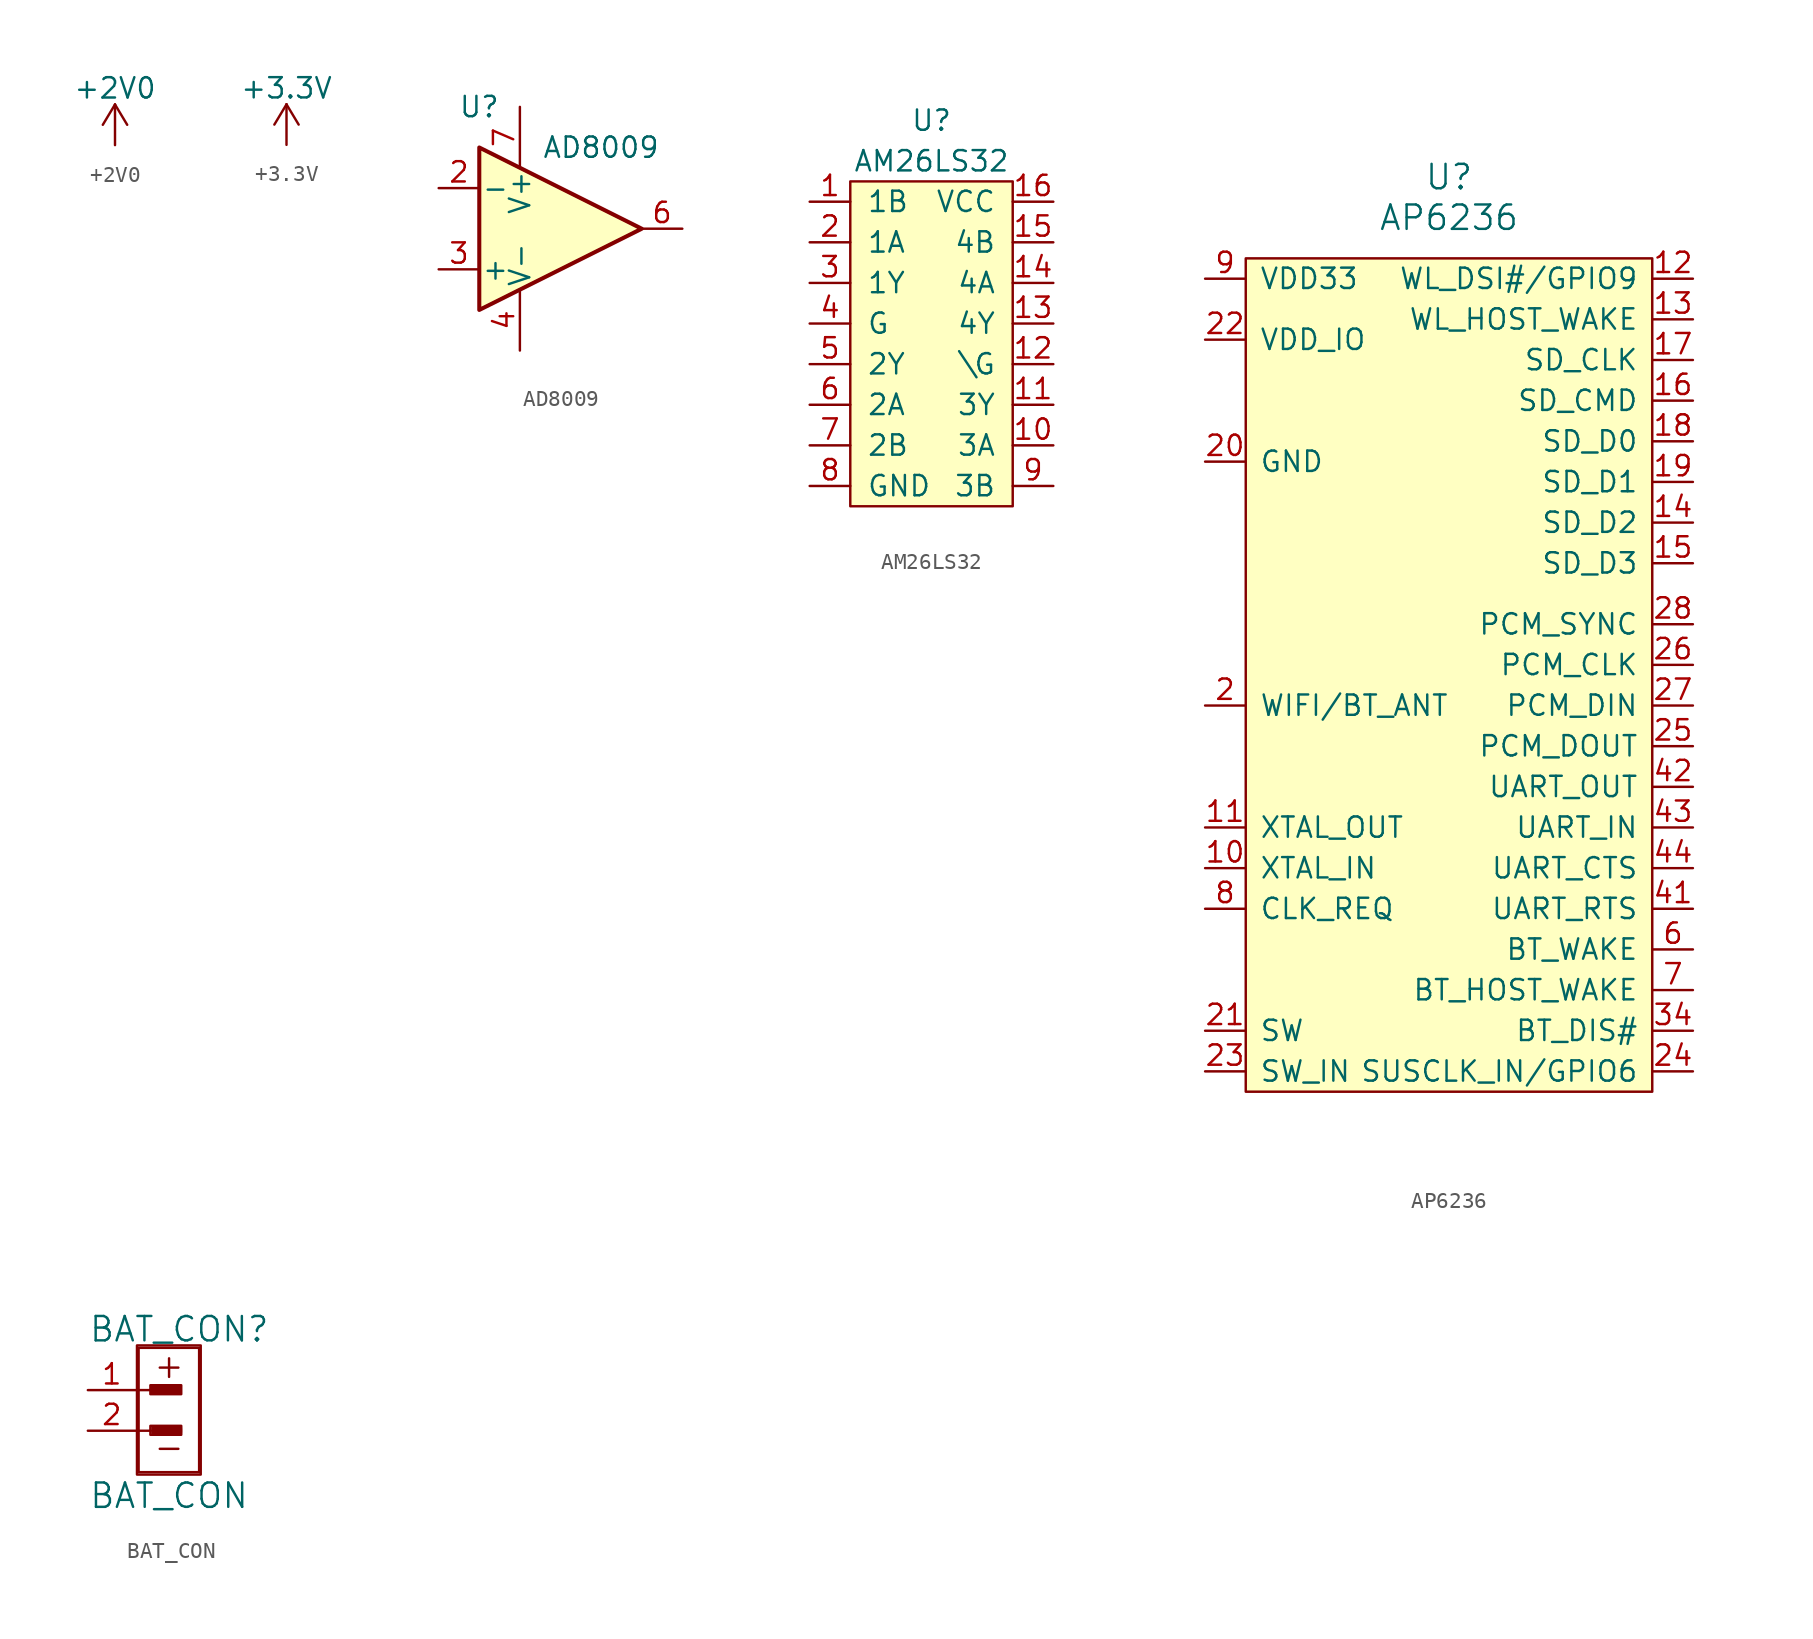
<source format=kicad_sym>
(kicad_symbol_lib
  (version 20211014)
  (generator kicad_symbol_editor)
  (symbol "+2V0"
    (power)
    (pin_names
      (offset 0))
    (property "Reference" "#PWR"
      (at 0 -3.81 0)
      (effects (font (size 1.27 1.27)) hide))
    (property "Value" "+2V0"
      (at 0 3.556 0)
      (effects (font (size 1.27 1.27))))
    (symbol "+2V0_0_1"
      (polyline (pts (xy -0.762 1.27) (xy 0 2.54)) (stroke (width 0) (type default) (color 0 0 0 0)) (fill (type none)))
      (polyline (pts (xy 0 0) (xy 0 2.54)) (stroke (width 0) (type default) (color 0 0 0 0)) (fill (type none)))
      (polyline (pts (xy 0 2.54) (xy 0.762 1.27)) (stroke (width 0) (type default) (color 0 0 0 0)) (fill (type none))))
    (symbol "+2V0_1_1"
      (pin power_in line (at 0 0 90) (length 0) hide (name "+2V5" (effects (font (size 1.27 1.27)))) (number "1" (effects (font (size 1.27 1.27)))))))
  (symbol "+3.3V"
    (power)
    (pin_names
      (offset 0))
    (property "Reference" "#PWR"
      (at 0 -3.81 0)
      (effects (font (size 1.27 1.27)) hide))
    (property "Value" "+3.3V"
      (at 0 3.556 0)
      (effects (font (size 1.27 1.27))))
    (property "Footprint" ""
      (at 0 0 0)
      (effects (font (size 1.524 1.524))))
    (property "Datasheet" ""
      (at 0 0 0)
      (effects (font (size 1.524 1.524))))
    (symbol "+3.3V_0_1"
      (polyline (pts (xy -0.762 1.27) (xy 0 2.54)) (stroke (width 0) (type default) (color 0 0 0 0)) (fill (type none)))
      (polyline (pts (xy 0 0) (xy 0 2.54)) (stroke (width 0) (type default) (color 0 0 0 0)) (fill (type none)))
      (polyline (pts (xy 0 2.54) (xy 0.762 1.27)) (stroke (width 0) (type default) (color 0 0 0 0)) (fill (type none))))
    (symbol "+3.3V_1_1"
      (pin power_in line (at 0 0 90) (length 0) hide (name "+3V3" (effects (font (size 1.27 1.27)))) (number "1" (effects (font (size 1.27 1.27)))))))
  (symbol "AD8009"
    (pin_names
      (offset 0.127))
    (property "Reference" "U"
      (at -5.08 7.62 0)
      (effects (font (size 1.27 1.27))))
    (property "Value" "AD8009"
      (at 2.54 5.08 0)
      (effects (font (size 1.27 1.27))))
    (symbol "AD8009_0_1"
      (polyline (pts (xy -5.08 5.08) (xy 5.08 0) (xy -5.08 -5.08) (xy -5.08 5.08)) (stroke (width 0.254) (type default) (color 0 0 0 0)) (fill (type background))))
    (symbol "AD8009_1_1"
      (pin input line (at -7.62 2.54 0) (length 2.54) (name "-" (effects (font (size 1.27 1.27)))) (number "2" (effects (font (size 1.27 1.27)))))
      (pin input line (at -7.62 -2.54 0) (length 2.54) (name "+" (effects (font (size 1.27 1.27)))) (number "3" (effects (font (size 1.27 1.27)))))
      (pin power_in line (at -2.54 -7.62 90) (length 3.81) (name "V-" (effects (font (size 1.27 1.27)))) (number "4" (effects (font (size 1.27 1.27)))))
      (pin output line (at 7.62 0 180) (length 2.54) (name "~" (effects (font (size 1.27 1.27)))) (number "6" (effects (font (size 1.27 1.27)))))
      (pin power_in line (at -2.54 7.62 270) (length 3.81) (name "V+" (effects (font (size 1.27 1.27)))) (number "7" (effects (font (size 1.27 1.27)))))))
  (symbol "AM26LS32"
    (pin_names
      (offset 1.016))
    (property "Reference" "U"
      (at 0 13.97 0)
      (effects (font (size 1.27 1.27))))
    (property "Value" "AM26LS32"
      (at 0 11.43 0)
      (effects (font (size 1.27 1.27))))
    (symbol "AM26LS32_0_1"
      (rectangle (start -5.08 10.16) (end 5.08 -10.16) (stroke (width 0) (type default) (color 0 0 0 0)) (fill (type background))))
    (symbol "AM26LS32_1_1"
      (pin input line (at -7.62 8.89 0) (length 2.54) (name "1B" (effects (font (size 1.27 1.27)))) (number "1" (effects (font (size 1.27 1.27)))))
      (pin input line (at 7.62 -6.35 180) (length 2.54) (name "3A" (effects (font (size 1.27 1.27)))) (number "10" (effects (font (size 1.27 1.27)))))
      (pin input line (at 7.62 -3.81 180) (length 2.54) (name "3Y" (effects (font (size 1.27 1.27)))) (number "11" (effects (font (size 1.27 1.27)))))
      (pin input line (at 7.62 -1.27 180) (length 2.54) (name "\\G" (effects (font (size 1.27 1.27)))) (number "12" (effects (font (size 1.27 1.27)))))
      (pin input line (at 7.62 1.27 180) (length 2.54) (name "4Y" (effects (font (size 1.27 1.27)))) (number "13" (effects (font (size 1.27 1.27)))))
      (pin input line (at 7.62 3.81 180) (length 2.54) (name "4A" (effects (font (size 1.27 1.27)))) (number "14" (effects (font (size 1.27 1.27)))))
      (pin input line (at 7.62 6.35 180) (length 2.54) (name "4B" (effects (font (size 1.27 1.27)))) (number "15" (effects (font (size 1.27 1.27)))))
      (pin input line (at 7.62 8.89 180) (length 2.54) (name "VCC" (effects (font (size 1.27 1.27)))) (number "16" (effects (font (size 1.27 1.27)))))
      (pin input line (at -7.62 6.35 0) (length 2.54) (name "1A" (effects (font (size 1.27 1.27)))) (number "2" (effects (font (size 1.27 1.27)))))
      (pin input line (at -7.62 3.81 0) (length 2.54) (name "1Y" (effects (font (size 1.27 1.27)))) (number "3" (effects (font (size 1.27 1.27)))))
      (pin input line (at -7.62 1.27 0) (length 2.54) (name "G" (effects (font (size 1.27 1.27)))) (number "4" (effects (font (size 1.27 1.27)))))
      (pin input line (at -7.62 -1.27 0) (length 2.54) (name "2Y" (effects (font (size 1.27 1.27)))) (number "5" (effects (font (size 1.27 1.27)))))
      (pin input line (at -7.62 -3.81 0) (length 2.54) (name "2A" (effects (font (size 1.27 1.27)))) (number "6" (effects (font (size 1.27 1.27)))))
      (pin input line (at -7.62 -6.35 0) (length 2.54) (name "2B" (effects (font (size 1.27 1.27)))) (number "7" (effects (font (size 1.27 1.27)))))
      (pin input line (at -7.62 -8.89 0) (length 2.54) (name "GND" (effects (font (size 1.27 1.27)))) (number "8" (effects (font (size 1.27 1.27)))))
      (pin input line (at 7.62 -8.89 180) (length 2.54) (name "3B" (effects (font (size 1.27 1.27)))) (number "9" (effects (font (size 1.27 1.27)))))))
  (symbol "AP6236"
    (pin_names
      (offset 0.889))
    (property "Reference" "U"
      (at 0 33.02 0)
      (effects (font (size 1.524 1.524))))
    (property "Value" "AP6236"
      (at 0 30.48 0)
      (effects (font (size 1.524 1.524))))
    (property "Footprint" ""
      (at 0 -5.08 0)
      (effects (font (size 1.524 1.524))))
    (property "Datasheet" ""
      (at 0 -5.08 0)
      (effects (font (size 1.524 1.524))))
    (symbol "AP6236_0_1"
      (rectangle (start -12.7 27.94) (end 12.7 -24.13) (stroke (width 0) (type default) (color 0 0 0 0)) (fill (type background))))
    (symbol "AP6236_1_1"
      (pin power_in line (at -15.24 15.24 0) (length 2.489) hide (name "GND" (effects (font (size 1.27 1.27)))) (number "1" (effects (font (size 1.27 1.27)))))
      (pin input line (at -15.24 -10.16 0) (length 2.489) (name "XTAL_IN" (effects (font (size 1.27 1.27)))) (number "10" (effects (font (size 1.27 1.27)))))
      (pin output line (at -15.24 -7.62 0) (length 2.489) (name "XTAL_OUT" (effects (font (size 1.27 1.27)))) (number "11" (effects (font (size 1.27 1.27)))))
      (pin bidirectional line (at 15.24 26.67 180) (length 2.489) (name "WL_DSI#/GPIO9" (effects (font (size 1.27 1.27)))) (number "12" (effects (font (size 1.27 1.27)))))
      (pin input line (at 15.24 24.13 180) (length 2.489) (name "WL_HOST_WAKE" (effects (font (size 1.27 1.27)))) (number "13" (effects (font (size 1.27 1.27)))))
      (pin bidirectional line (at 15.24 11.43 180) (length 2.489) (name "SD_D2" (effects (font (size 1.27 1.27)))) (number "14" (effects (font (size 1.27 1.27)))))
      (pin bidirectional line (at 15.24 8.89 180) (length 2.489) (name "SD_D3" (effects (font (size 1.27 1.27)))) (number "15" (effects (font (size 1.27 1.27)))))
      (pin bidirectional line (at 15.24 19.05 180) (length 2.489) (name "SD_CMD" (effects (font (size 1.27 1.27)))) (number "16" (effects (font (size 1.27 1.27)))))
      (pin input line (at 15.24 21.59 180) (length 2.489) (name "SD_CLK" (effects (font (size 1.27 1.27)))) (number "17" (effects (font (size 1.27 1.27)))))
      (pin bidirectional line (at 15.24 16.51 180) (length 2.489) (name "SD_D0" (effects (font (size 1.27 1.27)))) (number "18" (effects (font (size 1.27 1.27)))))
      (pin bidirectional line (at 15.24 13.97 180) (length 2.489) (name "SD_D1" (effects (font (size 1.27 1.27)))) (number "19" (effects (font (size 1.27 1.27)))))
      (pin bidirectional line (at -15.24 0 0) (length 2.489) (name "WIFI/BT_ANT" (effects (font (size 1.27 1.27)))) (number "2" (effects (font (size 1.27 1.27)))))
      (pin power_in line (at -15.24 15.24 0) (length 2.489) (name "GND" (effects (font (size 1.27 1.27)))) (number "20" (effects (font (size 1.27 1.27)))))
      (pin power_out line (at -15.24 -20.32 0) (length 2.489) (name "SW" (effects (font (size 1.27 1.27)))) (number "21" (effects (font (size 1.27 1.27)))))
      (pin power_in line (at -15.24 22.86 0) (length 2.489) (name "VDD_IO" (effects (font (size 1.27 1.27)))) (number "22" (effects (font (size 1.27 1.27)))))
      (pin power_in line (at -15.24 -22.86 0) (length 2.489) (name "SW_IN" (effects (font (size 1.27 1.27)))) (number "23" (effects (font (size 1.27 1.27)))))
      (pin bidirectional line (at 15.24 -22.86 180) (length 2.489) (name "SUSCLK_IN/GPIO6" (effects (font (size 1.27 1.27)))) (number "24" (effects (font (size 1.27 1.27)))))
      (pin output line (at 15.24 -2.54 180) (length 2.489) (name "PCM_DOUT" (effects (font (size 1.27 1.27)))) (number "25" (effects (font (size 1.27 1.27)))))
      (pin input line (at 15.24 2.54 180) (length 2.489) (name "PCM_CLK" (effects (font (size 1.27 1.27)))) (number "26" (effects (font (size 1.27 1.27)))))
      (pin input line (at 15.24 0 180) (length 2.489) (name "PCM_DIN" (effects (font (size 1.27 1.27)))) (number "27" (effects (font (size 1.27 1.27)))))
      (pin input line (at 15.24 5.08 180) (length 2.489) (name "PCM_SYNC" (effects (font (size 1.27 1.27)))) (number "28" (effects (font (size 1.27 1.27)))))
      (pin no_connect line (at -1.27 0 180) (length 2.489) hide (name "NC" (effects (font (size 1.27 1.27)))) (number "29" (effects (font (size 1.27 1.27)))))
      (pin no_connect line (at -1.27 20.32 180) (length 2.489) hide (name "NC" (effects (font (size 1.27 1.27)))) (number "3" (effects (font (size 1.27 1.27)))))
      (pin no_connect line (at -1.27 -2.54 180) (length 2.489) hide (name "NC" (effects (font (size 1.27 1.27)))) (number "30" (effects (font (size 1.27 1.27)))))
      (pin power_in line (at -15.24 15.24 0) (length 2.489) hide (name "GND" (effects (font (size 1.27 1.27)))) (number "31" (effects (font (size 1.27 1.27)))))
      (pin no_connect line (at -1.27 -5.08 180) (length 2.489) hide (name "NC" (effects (font (size 1.27 1.27)))) (number "32" (effects (font (size 1.27 1.27)))))
      (pin power_in line (at -15.24 15.24 0) (length 2.489) hide (name "GND" (effects (font (size 1.27 1.27)))) (number "33" (effects (font (size 1.27 1.27)))))
      (pin input line (at 15.24 -20.32 180) (length 2.489) (name "BT_DIS#" (effects (font (size 1.27 1.27)))) (number "34" (effects (font (size 1.27 1.27)))))
      (pin no_connect line (at -1.27 -7.62 180) (length 2.489) hide (name "NC" (effects (font (size 1.27 1.27)))) (number "35" (effects (font (size 1.27 1.27)))))
      (pin power_in line (at -15.24 15.24 0) (length 2.489) hide (name "GND" (effects (font (size 1.27 1.27)))) (number "36" (effects (font (size 1.27 1.27)))))
      (pin no_connect line (at -1.27 -10.16 180) (length 2.489) hide (name "NC" (effects (font (size 1.27 1.27)))) (number "37" (effects (font (size 1.27 1.27)))))
      (pin no_connect line (at -1.27 -12.7 180) (length 2.489) hide (name "NC" (effects (font (size 1.27 1.27)))) (number "38" (effects (font (size 1.27 1.27)))))
      (pin no_connect line (at -1.27 -15.24 180) (length 2.489) hide (name "NC" (effects (font (size 1.27 1.27)))) (number "39" (effects (font (size 1.27 1.27)))))
      (pin no_connect line (at -1.27 17.78 180) (length 2.489) hide (name "NC" (effects (font (size 1.27 1.27)))) (number "4" (effects (font (size 1.27 1.27)))))
      (pin no_connect line (at -1.27 -17.78 180) (length 2.489) hide (name "NC" (effects (font (size 1.27 1.27)))) (number "40" (effects (font (size 1.27 1.27)))))
      (pin output line (at 15.24 -12.7 180) (length 2.489) (name "UART_RTS" (effects (font (size 1.27 1.27)))) (number "41" (effects (font (size 1.27 1.27)))))
      (pin output line (at 15.24 -5.08 180) (length 2.489) (name "UART_OUT" (effects (font (size 1.27 1.27)))) (number "42" (effects (font (size 1.27 1.27)))))
      (pin input line (at 15.24 -7.62 180) (length 2.489) (name "UART_IN" (effects (font (size 1.27 1.27)))) (number "43" (effects (font (size 1.27 1.27)))))
      (pin input line (at 15.24 -10.16 180) (length 2.489) (name "UART_CTS" (effects (font (size 1.27 1.27)))) (number "44" (effects (font (size 1.27 1.27)))))
      (pin no_connect line (at -1.27 15.24 180) (length 2.489) hide (name "NC" (effects (font (size 1.27 1.27)))) (number "5" (effects (font (size 1.27 1.27)))))
      (pin input line (at 15.24 -15.24 180) (length 2.489) (name "BT_WAKE" (effects (font (size 1.27 1.27)))) (number "6" (effects (font (size 1.27 1.27)))))
      (pin output line (at 15.24 -17.78 180) (length 2.489) (name "BT_HOST_WAKE" (effects (font (size 1.27 1.27)))) (number "7" (effects (font (size 1.27 1.27)))))
      (pin tri_state line (at -15.24 -12.7 0) (length 2.489) (name "CLK_REQ" (effects (font (size 1.27 1.27)))) (number "8" (effects (font (size 1.27 1.27)))))
      (pin power_in line (at -15.24 26.67 0) (length 2.489) (name "VDD33" (effects (font (size 1.27 1.27)))) (number "9" (effects (font (size 1.27 1.27)))))))
  (symbol "BAT_CON"
    (pin_names
      (offset 1.016))
    (property "Reference" "BAT_CON"
      (at 0.635 5.08 0)
      (effects (font (size 1.524 1.524))))
    (property "Value" "BAT_CON"
      (at 0 -5.334 0)
      (effects (font (size 1.524 1.524))))
    (property "Footprint" ""
      (at 0 0 0)
      (effects (font (size 1.524 1.524))))
    (property "Datasheet" ""
      (at 0 0 0)
      (effects (font (size 1.524 1.524))))
    (symbol "BAT_CON_0_0"
      (rectangle (start -2.007 4.064) (end 1.981 -4.013) (stroke (width 0) (type default) (color 0 0 0 0)) (fill (type none)))
      (rectangle (start -1.905 3.912) (end 1.88 -3.861) (stroke (width 0) (type default) (color 0 0 0 0)) (fill (type none)))
      (rectangle (start -1.168 -0.965) (end 0.762 -1.524) (stroke (width 0) (type default) (color 0 0 0 0)) (fill (type none)))
      (rectangle (start -1.168 1.575) (end 0.762 1.016) (stroke (width 0) (type default) (color 0 0 0 0)) (fill (type none)))
      (rectangle (start -1.041 1.372) (end 0.635 1.168) (stroke (width 0) (type default) (color 0 0 0 0)) (fill (type none)))
      (rectangle (start -0.94 -1.143) (end 0.737 -1.346) (stroke (width 0) (type default) (color 0 0 0 0)) (fill (type none)))
      (polyline (pts (xy -1.905 -1.27) (xy -1.143 -1.27)) (stroke (width 0) (type default) (color 0 0 0 0)) (fill (type none)))
      (polyline (pts (xy -1.905 1.27) (xy -1.143 1.27)) (stroke (width 0) (type default) (color 0 0 0 0)) (fill (type none)))
      (rectangle (start 0.686 1.245) (end -0.965 1.346) (stroke (width 0) (type default) (color 0 0 0 0)) (fill (type none)))
      (rectangle (start 0.711 -1.321) (end -0.94 -1.219) (stroke (width 0) (type default) (color 0 0 0 0)) (fill (type none)))
      (rectangle (start 0.711 1.118) (end -1.067 1.473) (stroke (width 0) (type default) (color 0 0 0 0)) (fill (type none)))
      (rectangle (start 0.737 -1.422) (end -1.041 -1.067) (stroke (width 0) (type default) (color 0 0 0 0)) (fill (type none)))
      (text "+" (at 0 2.794 0) (effects (font (size 1.524 1.524))))
      (text "-" (at 0 -2.286 0) (effects (font (size 1.524 1.524)))))
    (symbol "BAT_CON_1_1"
      (pin passive line (at -5.08 1.27 0) (length 2.997) (name "~" (effects (font (size 1.27 1.27)))) (number "1" (effects (font (size 1.27 1.27)))))
      (pin passive line (at -5.08 -1.27 0) (length 2.997) (name "~" (effects (font (size 1.27 1.27)))) (number "2" (effects (font (size 1.27 1.27))))))))
</source>
